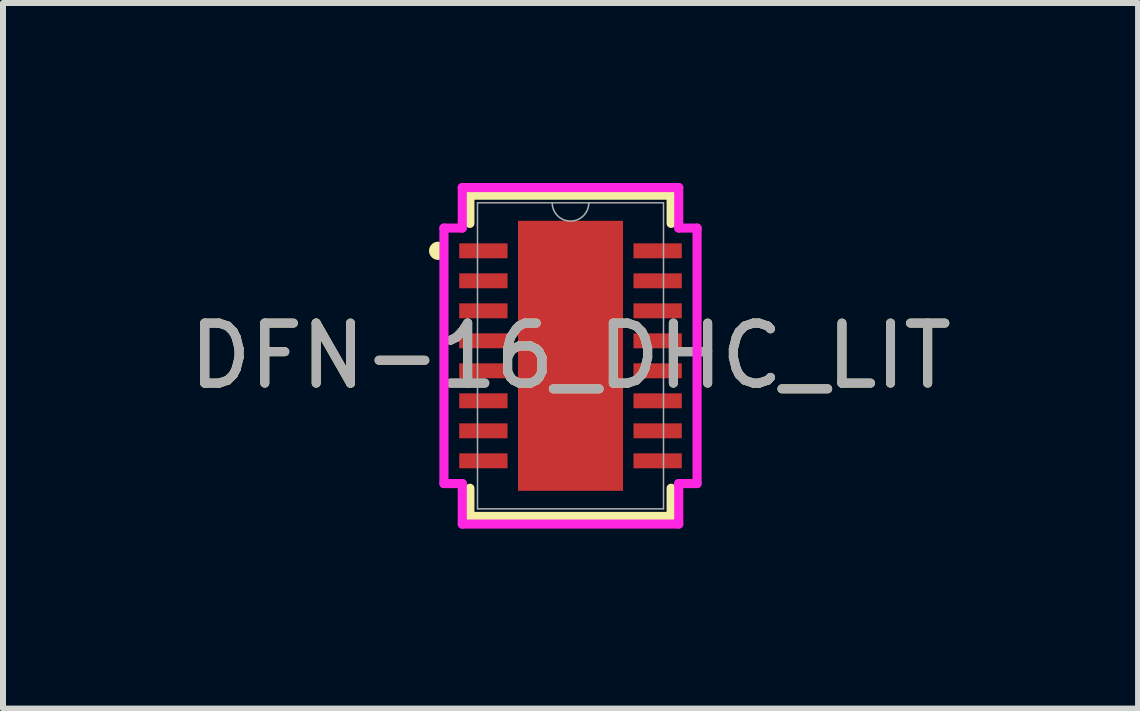
<source format=kicad_pcb>
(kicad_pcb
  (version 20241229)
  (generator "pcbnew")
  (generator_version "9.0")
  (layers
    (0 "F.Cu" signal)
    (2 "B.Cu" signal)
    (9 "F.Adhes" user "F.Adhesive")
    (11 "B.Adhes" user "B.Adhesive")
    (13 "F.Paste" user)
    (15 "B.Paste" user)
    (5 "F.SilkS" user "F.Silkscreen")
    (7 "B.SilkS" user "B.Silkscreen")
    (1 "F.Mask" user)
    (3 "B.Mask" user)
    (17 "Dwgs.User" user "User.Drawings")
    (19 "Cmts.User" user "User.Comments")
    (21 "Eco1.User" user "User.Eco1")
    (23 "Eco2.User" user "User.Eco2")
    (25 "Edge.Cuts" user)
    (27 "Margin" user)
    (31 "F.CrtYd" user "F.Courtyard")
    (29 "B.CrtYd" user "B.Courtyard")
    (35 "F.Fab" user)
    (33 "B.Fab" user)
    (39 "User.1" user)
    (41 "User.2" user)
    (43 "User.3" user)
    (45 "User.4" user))
  (footprint "DFN-16_DHC_LIT"
    (layer "F.Cu")
    (at 6.458 2.88)
    (property "Reference" "DFN-16_DHC_LIT" (at 0 0 0) (unlocked yes) (layer "F.SilkS") (effects (font (size 1 1) (thickness 0.15))))
    (attr smd)
    (fp_line (start -1.677 -2.677) (end -1.677 -2.207) (stroke (width 0.152) (type solid)) (layer "F.SilkS"))
    (fp_line (start -1.677 2.207) (end -1.677 2.677) (stroke (width 0.152) (type solid)) (layer "F.SilkS"))
    (fp_line (start -1.677 2.677) (end 1.677 2.677) (stroke (width 0.152) (type solid)) (layer "F.SilkS"))
    (fp_line (start 1.677 -2.677) (end -1.677 -2.677) (stroke (width 0.152) (type solid)) (layer "F.SilkS"))
    (fp_line (start 1.677 -2.207) (end 1.677 -2.677) (stroke (width 0.152) (type solid)) (layer "F.SilkS"))
    (fp_line (start 1.677 2.677) (end 1.677 2.207) (stroke (width 0.152) (type solid)) (layer "F.SilkS"))
    (fp_arc (start -2.18754 -1.676171) (mid -2.2826 -1.75) (end -2.18754 -1.823829) (stroke (width 0.1524) (type solid)) (layer "F.SilkS"))
    (fp_poly (pts (xy -0.775 -2.15) (xy -0.775 -0.85) (xy 0.775 -0.85) (xy 0.775 -2.15)) (stroke (width 0) (type solid)) (fill yes) (layer "F.Paste"))
    (fp_poly (pts (xy -0.775 -0.65) (xy -0.775 0.65) (xy 0.775 0.65) (xy 0.775 -0.65)) (stroke (width 0) (type solid)) (fill yes) (layer "F.Paste"))
    (fp_poly (pts (xy -0.775 0.85) (xy -0.775 2.15) (xy 0.775 2.15) (xy 0.775 0.85)) (stroke (width 0) (type solid)) (fill yes) (layer "F.Paste"))
    (fp_line (start -2.109 -2.129) (end -1.804 -2.129) (stroke (width 0.152) (type solid)) (layer "F.CrtYd"))
    (fp_line (start -2.109 2.129) (end -2.109 -2.129) (stroke (width 0.152) (type solid)) (layer "F.CrtYd"))
    (fp_line (start -2.109 2.129) (end -1.804 2.129) (stroke (width 0.152) (type solid)) (layer "F.CrtYd"))
    (fp_line (start -1.804 -2.804) (end 1.804 -2.804) (stroke (width 0.152) (type solid)) (layer "F.CrtYd"))
    (fp_line (start -1.804 -2.129) (end -1.804 -2.804) (stroke (width 0.152) (type solid)) (layer "F.CrtYd"))
    (fp_line (start -1.804 2.804) (end -1.804 2.129) (stroke (width 0.152) (type solid)) (layer "F.CrtYd"))
    (fp_line (start 1.804 -2.804) (end 1.804 -2.129) (stroke (width 0.152) (type solid)) (layer "F.CrtYd"))
    (fp_line (start 1.804 2.129) (end 1.804 2.804) (stroke (width 0.152) (type solid)) (layer "F.CrtYd"))
    (fp_line (start 1.804 2.804) (end -1.804 2.804) (stroke (width 0.152) (type solid)) (layer "F.CrtYd"))
    (fp_line (start 2.109 -2.129) (end 1.804 -2.129) (stroke (width 0.152) (type solid)) (layer "F.CrtYd"))
    (fp_line (start 2.109 -2.129) (end 2.109 2.129) (stroke (width 0.152) (type solid)) (layer "F.CrtYd"))
    (fp_line (start 2.109 2.129) (end 1.804 2.129) (stroke (width 0.152) (type solid)) (layer "F.CrtYd"))
    (fp_line (start -1.55 -2.55) (end -1.55 2.55) (stroke (width 0.025) (type solid)) (layer "F.Fab"))
    (fp_line (start -1.55 2.55) (end 1.55 2.55) (stroke (width 0.025) (type solid)) (layer "F.Fab"))
    (fp_line (start 1.55 -2.55) (end -1.55 -2.55) (stroke (width 0.025) (type solid)) (layer "F.Fab"))
    (fp_line (start 1.55 2.55) (end 1.55 -2.55) (stroke (width 0.025) (type solid)) (layer "F.Fab"))
    (fp_arc (start 0.3048 -2.55) (mid 0 -2.2452) (end -0.3048 -2.55) (stroke (width 0.0254) (type solid)) (layer "F.Fab"))
    (fp_text user "${REFERENCE}" (at 0 0 0) (unlocked yes) (layer "F.Fab") (effects (font (size 1 1) (thickness 0.15))))
    (pad "1" smd rect (at -1.452 -1.75) (size 0.805 0.249) (layers "F.Cu" "F.Mask" "F.Paste"))
    (pad "2" smd rect (at -1.452 -1.25) (size 0.805 0.249) (layers "F.Cu" "F.Mask" "F.Paste"))
    (pad "3" smd rect (at -1.452 -0.75) (size 0.805 0.249) (layers "F.Cu" "F.Mask" "F.Paste"))
    (pad "4" smd rect (at -1.452 -0.25) (size 0.805 0.249) (layers "F.Cu" "F.Mask" "F.Paste"))
    (pad "5" smd rect (at -1.452 0.25) (size 0.805 0.249) (layers "F.Cu" "F.Mask" "F.Paste"))
    (pad "6" smd rect (at -1.452 0.75) (size 0.805 0.249) (layers "F.Cu" "F.Mask" "F.Paste"))
    (pad "7" smd rect (at -1.452 1.25) (size 0.805 0.249) (layers "F.Cu" "F.Mask" "F.Paste"))
    (pad "8" smd rect (at -1.452 1.75) (size 0.805 0.249) (layers "F.Cu" "F.Mask" "F.Paste"))
    (pad "9" smd rect (at 1.452 1.75) (size 0.805 0.249) (layers "F.Cu" "F.Mask" "F.Paste"))
    (pad "10" smd rect (at 1.452 1.25) (size 0.805 0.249) (layers "F.Cu" "F.Mask" "F.Paste"))
    (pad "11" smd rect (at 1.452 0.75) (size 0.805 0.249) (layers "F.Cu" "F.Mask" "F.Paste"))
    (pad "12" smd rect (at 1.452 0.25) (size 0.805 0.249) (layers "F.Cu" "F.Mask" "F.Paste"))
    (pad "13" smd rect (at 1.452 -0.25) (size 0.805 0.249) (layers "F.Cu" "F.Mask" "F.Paste"))
    (pad "14" smd rect (at 1.452 -0.75) (size 0.805 0.249) (layers "F.Cu" "F.Mask" "F.Paste"))
    (pad "15" smd rect (at 1.452 -1.25) (size 0.805 0.249) (layers "F.Cu" "F.Mask" "F.Paste"))
    (pad "16" smd rect (at 1.452 -1.75) (size 0.805 0.249) (layers "F.Cu" "F.Mask" "F.Paste"))
    (pad "17" smd rect (at 0 0) (size 1.75 4.5) (layers "F.Cu" "F.Mask" "F.Paste")))
  (gr_rect
    (start -3 -3)
    (end 15.917 8.76)
    (stroke (width 0.1) (type default))
    (fill no)
    (layer "Edge.Cuts")))
</source>
